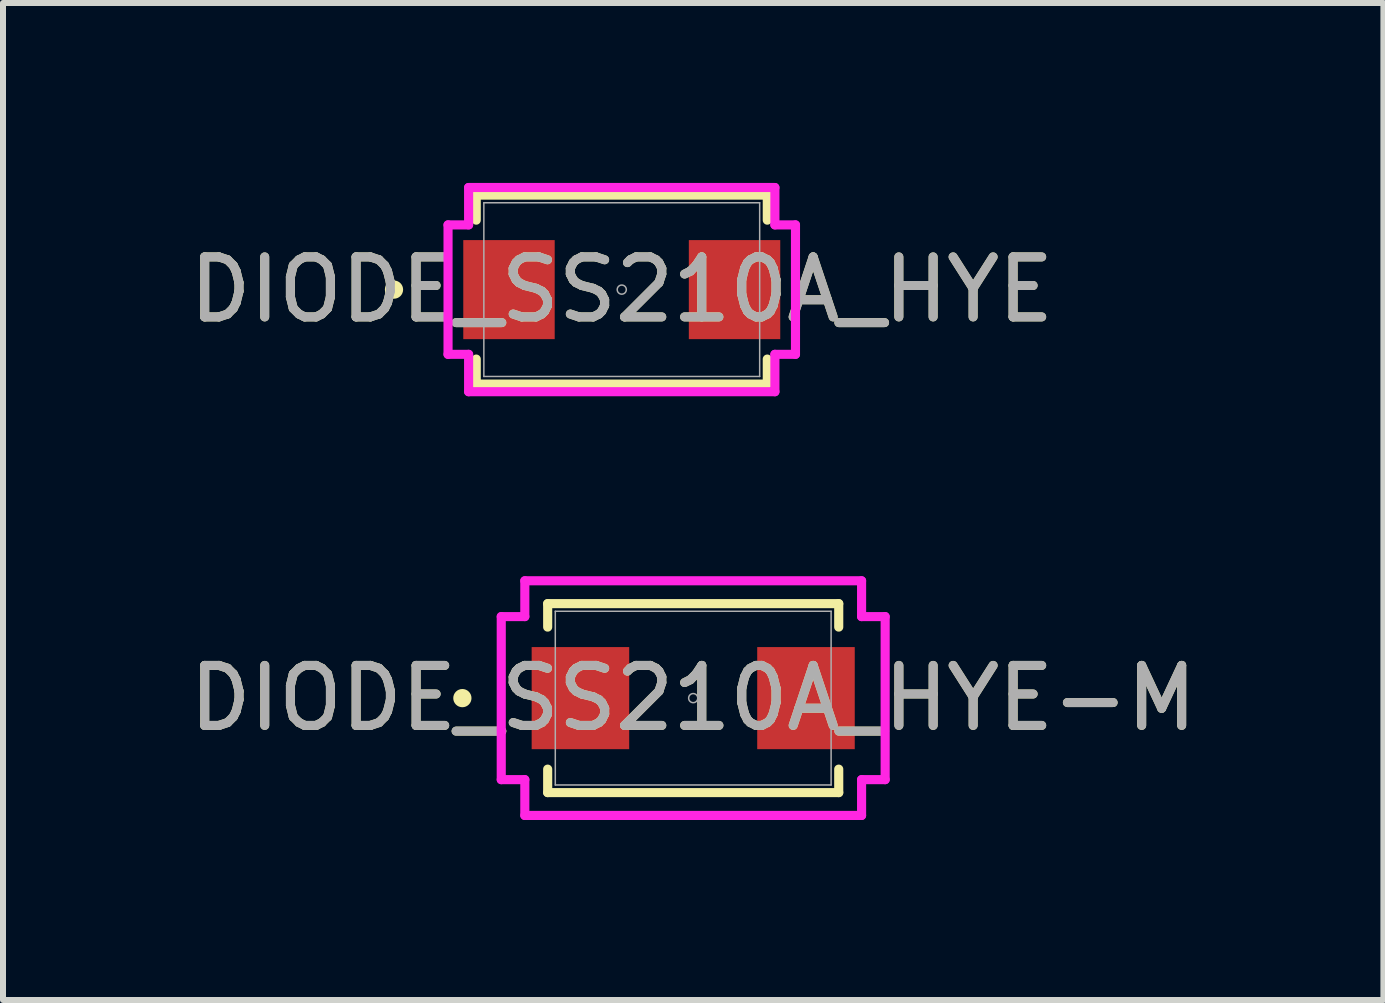
<source format=kicad_pcb>
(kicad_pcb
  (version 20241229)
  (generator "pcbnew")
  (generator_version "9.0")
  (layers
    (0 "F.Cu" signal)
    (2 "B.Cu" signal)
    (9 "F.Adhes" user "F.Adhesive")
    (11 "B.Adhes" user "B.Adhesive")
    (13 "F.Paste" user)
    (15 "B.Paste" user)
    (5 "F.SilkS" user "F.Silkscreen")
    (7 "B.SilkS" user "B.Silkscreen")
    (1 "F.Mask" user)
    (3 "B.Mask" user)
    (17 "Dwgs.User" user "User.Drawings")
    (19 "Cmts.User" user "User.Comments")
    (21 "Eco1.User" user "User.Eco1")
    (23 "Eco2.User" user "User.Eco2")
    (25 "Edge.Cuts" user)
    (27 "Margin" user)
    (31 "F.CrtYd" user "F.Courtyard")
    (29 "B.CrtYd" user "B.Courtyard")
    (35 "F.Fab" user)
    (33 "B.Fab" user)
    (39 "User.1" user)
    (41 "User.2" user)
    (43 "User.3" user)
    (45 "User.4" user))
  (footprint "DIODE_SS210A_HYE-M"
    (layer "F.Cu")
    (at 8.506 8.588)
    (property "Reference" "DIODE_SS210A_HYE-M" (at 0 0 0) (unlocked yes) (layer "F.SilkS") (effects (font (size 1 1) (thickness 0.15))))
    (attr smd)
    (fp_line (start -2.426 -1.575) (end -2.426 -1.184) (stroke (width 0.152) (type solid)) (layer "F.SilkS"))
    (fp_line (start -2.426 1.184) (end -2.426 1.575) (stroke (width 0.152) (type solid)) (layer "F.SilkS"))
    (fp_line (start -2.426 1.575) (end 2.426 1.575) (stroke (width 0.152) (type solid)) (layer "F.SilkS"))
    (fp_line (start 2.426 -1.575) (end -2.426 -1.575) (stroke (width 0.152) (type solid)) (layer "F.SilkS"))
    (fp_line (start 2.426 -1.184) (end 2.426 -1.575) (stroke (width 0.152) (type solid)) (layer "F.SilkS"))
    (fp_line (start 2.426 1.575) (end 2.426 1.184) (stroke (width 0.152) (type solid)) (layer "F.SilkS"))
    (fp_circle (center -3.848 0) (end -3.772 0) (stroke (width 0.152) (type solid)) (fill no) (layer "F.SilkS"))
    (fp_line (start -3.2 -1.359) (end -2.807 -1.359) (stroke (width 0.152) (type solid)) (layer "F.CrtYd"))
    (fp_line (start -3.2 1.359) (end -3.2 -1.359) (stroke (width 0.152) (type solid)) (layer "F.CrtYd"))
    (fp_line (start -3.2 1.359) (end -2.807 1.359) (stroke (width 0.152) (type solid)) (layer "F.CrtYd"))
    (fp_line (start -2.807 -1.956) (end 2.807 -1.956) (stroke (width 0.152) (type solid)) (layer "F.CrtYd"))
    (fp_line (start -2.807 -1.359) (end -2.807 -1.956) (stroke (width 0.152) (type solid)) (layer "F.CrtYd"))
    (fp_line (start -2.807 1.956) (end -2.807 1.359) (stroke (width 0.152) (type solid)) (layer "F.CrtYd"))
    (fp_line (start 2.807 -1.956) (end 2.807 -1.359) (stroke (width 0.152) (type solid)) (layer "F.CrtYd"))
    (fp_line (start 2.807 1.359) (end 2.807 1.956) (stroke (width 0.152) (type solid)) (layer "F.CrtYd"))
    (fp_line (start 2.807 1.956) (end -2.807 1.956) (stroke (width 0.152) (type solid)) (layer "F.CrtYd"))
    (fp_line (start 3.2 -1.359) (end 2.807 -1.359) (stroke (width 0.152) (type solid)) (layer "F.CrtYd"))
    (fp_line (start 3.2 -1.359) (end 3.2 1.359) (stroke (width 0.152) (type solid)) (layer "F.CrtYd"))
    (fp_line (start 3.2 1.359) (end 2.807 1.359) (stroke (width 0.152) (type solid)) (layer "F.CrtYd"))
    (fp_line (start -2.299 -1.448) (end -2.299 1.448) (stroke (width 0.025) (type solid)) (layer "F.Fab"))
    (fp_line (start -2.299 1.448) (end 2.299 1.448) (stroke (width 0.025) (type solid)) (layer "F.Fab"))
    (fp_line (start 2.299 -1.448) (end -2.299 -1.448) (stroke (width 0.025) (type solid)) (layer "F.Fab"))
    (fp_line (start 2.299 1.448) (end 2.299 -1.448) (stroke (width 0.025) (type solid)) (layer "F.Fab"))
    (fp_circle (center 0 0) (end 0.076 0) (stroke (width 0.025) (type solid)) (fill no) (layer "F.Fab"))
    (fp_text user "${REFERENCE}" (at 0 0 0) (unlocked yes) (layer "F.Fab") (effects (font (size 1 1) (thickness 0.15))))
    (pad "1" smd rect (at -1.88 0) (size 1.626 1.702) (layers "F.Cu" "F.Mask" "F.Paste"))
    (pad "2" smd rect (at 1.88 0) (size 1.626 1.702) (layers "F.Cu" "F.Mask" "F.Paste")))
  (footprint "DIODE_SS210A_HYE"
    (layer "F.Cu")
    (at 7.315 1.778)
    (property "Reference" "DIODE_SS210A_HYE" (at 0 0 0) (unlocked yes) (layer "F.SilkS") (effects (font (size 1 1) (thickness 0.15))))
    (attr smd)
    (fp_line (start -2.426 -1.575) (end -2.426 -1.158) (stroke (width 0.152) (type solid)) (layer "F.SilkS"))
    (fp_line (start -2.426 1.158) (end -2.426 1.575) (stroke (width 0.152) (type solid)) (layer "F.SilkS"))
    (fp_line (start -2.426 1.575) (end 2.426 1.575) (stroke (width 0.152) (type solid)) (layer "F.SilkS"))
    (fp_line (start 2.426 -1.575) (end -2.426 -1.575) (stroke (width 0.152) (type solid)) (layer "F.SilkS"))
    (fp_line (start 2.426 -1.158) (end 2.426 -1.575) (stroke (width 0.152) (type solid)) (layer "F.SilkS"))
    (fp_line (start 2.426 1.575) (end 2.426 1.158) (stroke (width 0.152) (type solid)) (layer "F.SilkS"))
    (fp_circle (center -3.797 0) (end -3.721 0) (stroke (width 0.152) (type solid)) (fill no) (layer "F.SilkS"))
    (fp_line (start -2.896 -1.079) (end -2.553 -1.079) (stroke (width 0.152) (type solid)) (layer "F.CrtYd"))
    (fp_line (start -2.896 1.079) (end -2.896 -1.079) (stroke (width 0.152) (type solid)) (layer "F.CrtYd"))
    (fp_line (start -2.896 1.079) (end -2.553 1.079) (stroke (width 0.152) (type solid)) (layer "F.CrtYd"))
    (fp_line (start -2.553 -1.702) (end 2.553 -1.702) (stroke (width 0.152) (type solid)) (layer "F.CrtYd"))
    (fp_line (start -2.553 -1.079) (end -2.553 -1.702) (stroke (width 0.152) (type solid)) (layer "F.CrtYd"))
    (fp_line (start -2.553 1.702) (end -2.553 1.079) (stroke (width 0.152) (type solid)) (layer "F.CrtYd"))
    (fp_line (start 2.553 -1.702) (end 2.553 -1.079) (stroke (width 0.152) (type solid)) (layer "F.CrtYd"))
    (fp_line (start 2.553 1.079) (end 2.553 1.702) (stroke (width 0.152) (type solid)) (layer "F.CrtYd"))
    (fp_line (start 2.553 1.702) (end -2.553 1.702) (stroke (width 0.152) (type solid)) (layer "F.CrtYd"))
    (fp_line (start 2.896 -1.079) (end 2.553 -1.079) (stroke (width 0.152) (type solid)) (layer "F.CrtYd"))
    (fp_line (start 2.896 -1.079) (end 2.896 1.079) (stroke (width 0.152) (type solid)) (layer "F.CrtYd"))
    (fp_line (start 2.896 1.079) (end 2.553 1.079) (stroke (width 0.152) (type solid)) (layer "F.CrtYd"))
    (fp_line (start -2.299 -1.448) (end -2.299 1.448) (stroke (width 0.025) (type solid)) (layer "F.Fab"))
    (fp_line (start -2.299 1.448) (end 2.299 1.448) (stroke (width 0.025) (type solid)) (layer "F.Fab"))
    (fp_line (start 2.299 -1.448) (end -2.299 -1.448) (stroke (width 0.025) (type solid)) (layer "F.Fab"))
    (fp_line (start 2.299 1.448) (end 2.299 -1.448) (stroke (width 0.025) (type solid)) (layer "F.Fab"))
    (fp_circle (center 0 0) (end 0.076 0) (stroke (width 0.025) (type solid)) (fill no) (layer "F.Fab"))
    (fp_text user "${REFERENCE}" (at 0 0 0) (unlocked yes) (layer "F.Fab") (effects (font (size 1 1) (thickness 0.15))))
    (pad "1" smd rect (at -1.88 0) (size 1.524 1.651) (layers "F.Cu" "F.Mask" "F.Paste"))
    (pad "2" smd rect (at 1.88 0) (size 1.524 1.651) (layers "F.Cu" "F.Mask" "F.Paste")))
  (gr_rect
    (start -3 -3)
    (end 20.012 13.62)
    (stroke (width 0.1) (type default))
    (fill no)
    (layer "Edge.Cuts")))
</source>
